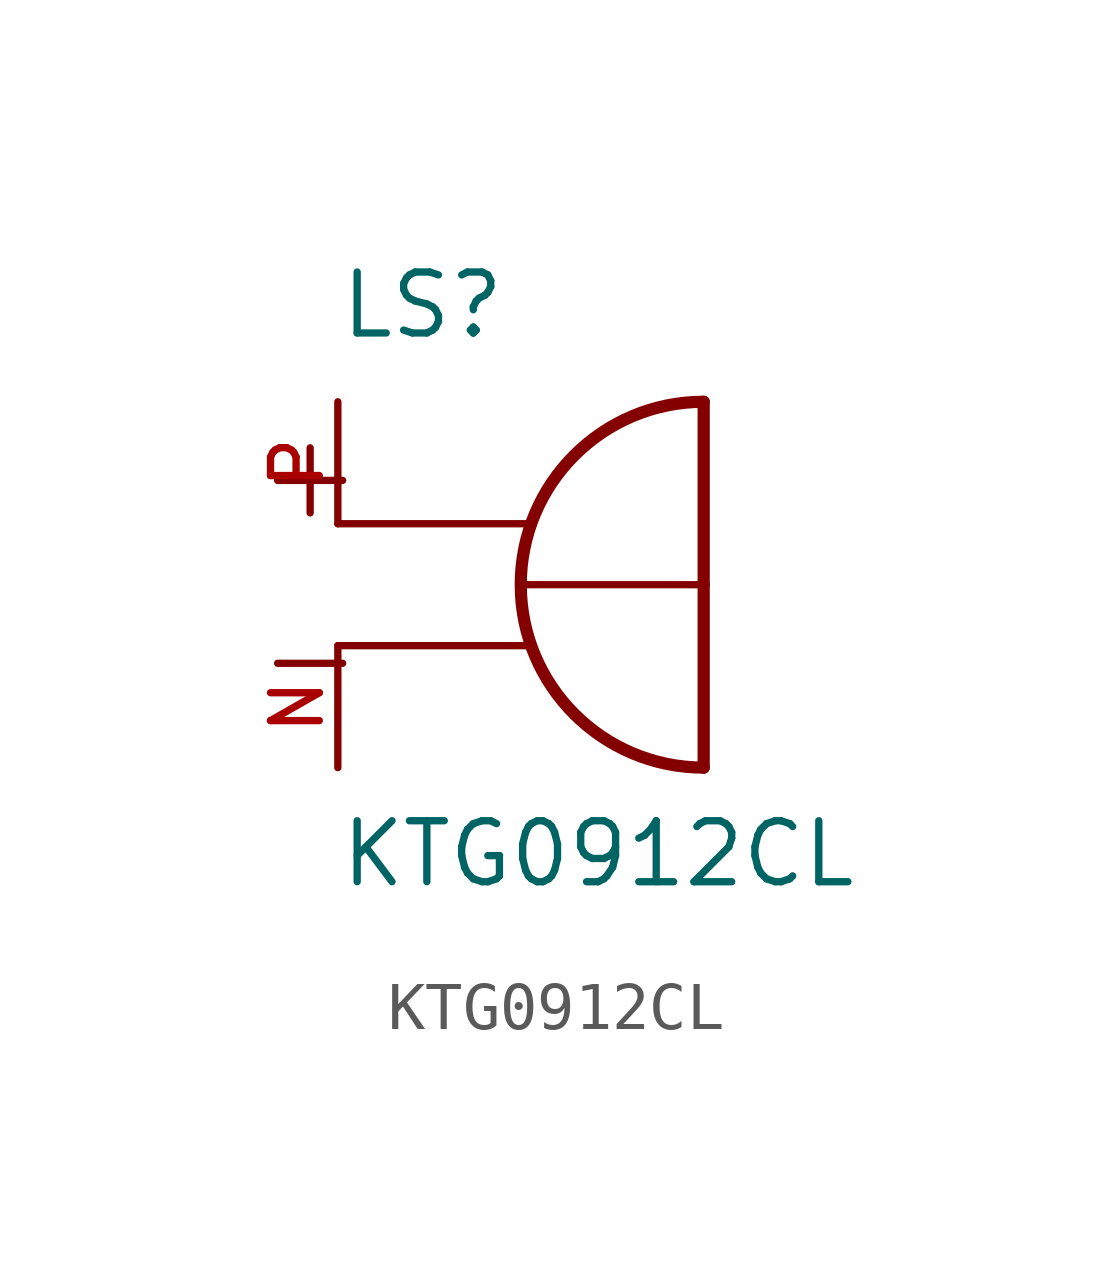
<source format=kicad_sym>
(kicad_symbol_lib
  (version 20211014)
  (generator kicad_symbol_editor)
  (symbol "KTG0912CL"
    (pin_names
      (offset 1.016))
    (property "Reference" "LS"
      (at -2.54 6.35 0)
      (effects (font (size 1.27 1.27)) (justify bottom left)))
    (property "Value" "KTG0912CL"
      (at -2.54 -5.08 0)
      (effects (font (size 1.27 1.27)) (justify bottom left)))
    (symbol "KTG0912CL_0_0"
      (arc (start 5.08 -2.54) (mid 1.27 1.27) (end 5.08 5.08) (stroke (width 0.254) (type default) (color 0 0 0 0)) (fill (type none)))
      (polyline (pts (xy 5.08 5.08) (xy 5.08 1.27)) (stroke (width 0.254)))
      (polyline (pts (xy 1.27 1.27) (xy 5.08 1.27)) (stroke (width 0.152)))
      (polyline (pts (xy 5.08 1.27) (xy 5.08 -2.54)) (stroke (width 0.254)))
      (polyline (pts (xy -2.54 0.0) (xy 1.397 0.0)) (stroke (width 0.152)))
      (polyline (pts (xy -2.54 2.54) (xy 1.397 2.54)) (stroke (width 0.152)))
      (text "+" (at -4.318 2.54 0) (effects (font (size 1.778 1.778)) (justify bottom left)))
      (text "-" (at -4.318 -1.27 0) (effects (font (size 1.778 1.778)) (justify bottom left)))
      (pin passive line (at -2.54 5.08 270.0) (length 2.54) (name "~" (effects (font (size 1.016 1.016)))) (number "P" (effects (font (size 1.016 1.016)))))
      (pin passive line (at -2.54 -2.54 90.0) (length 2.54) (name "~" (effects (font (size 1.016 1.016)))) (number "N" (effects (font (size 1.016 1.016))))))))
</source>
